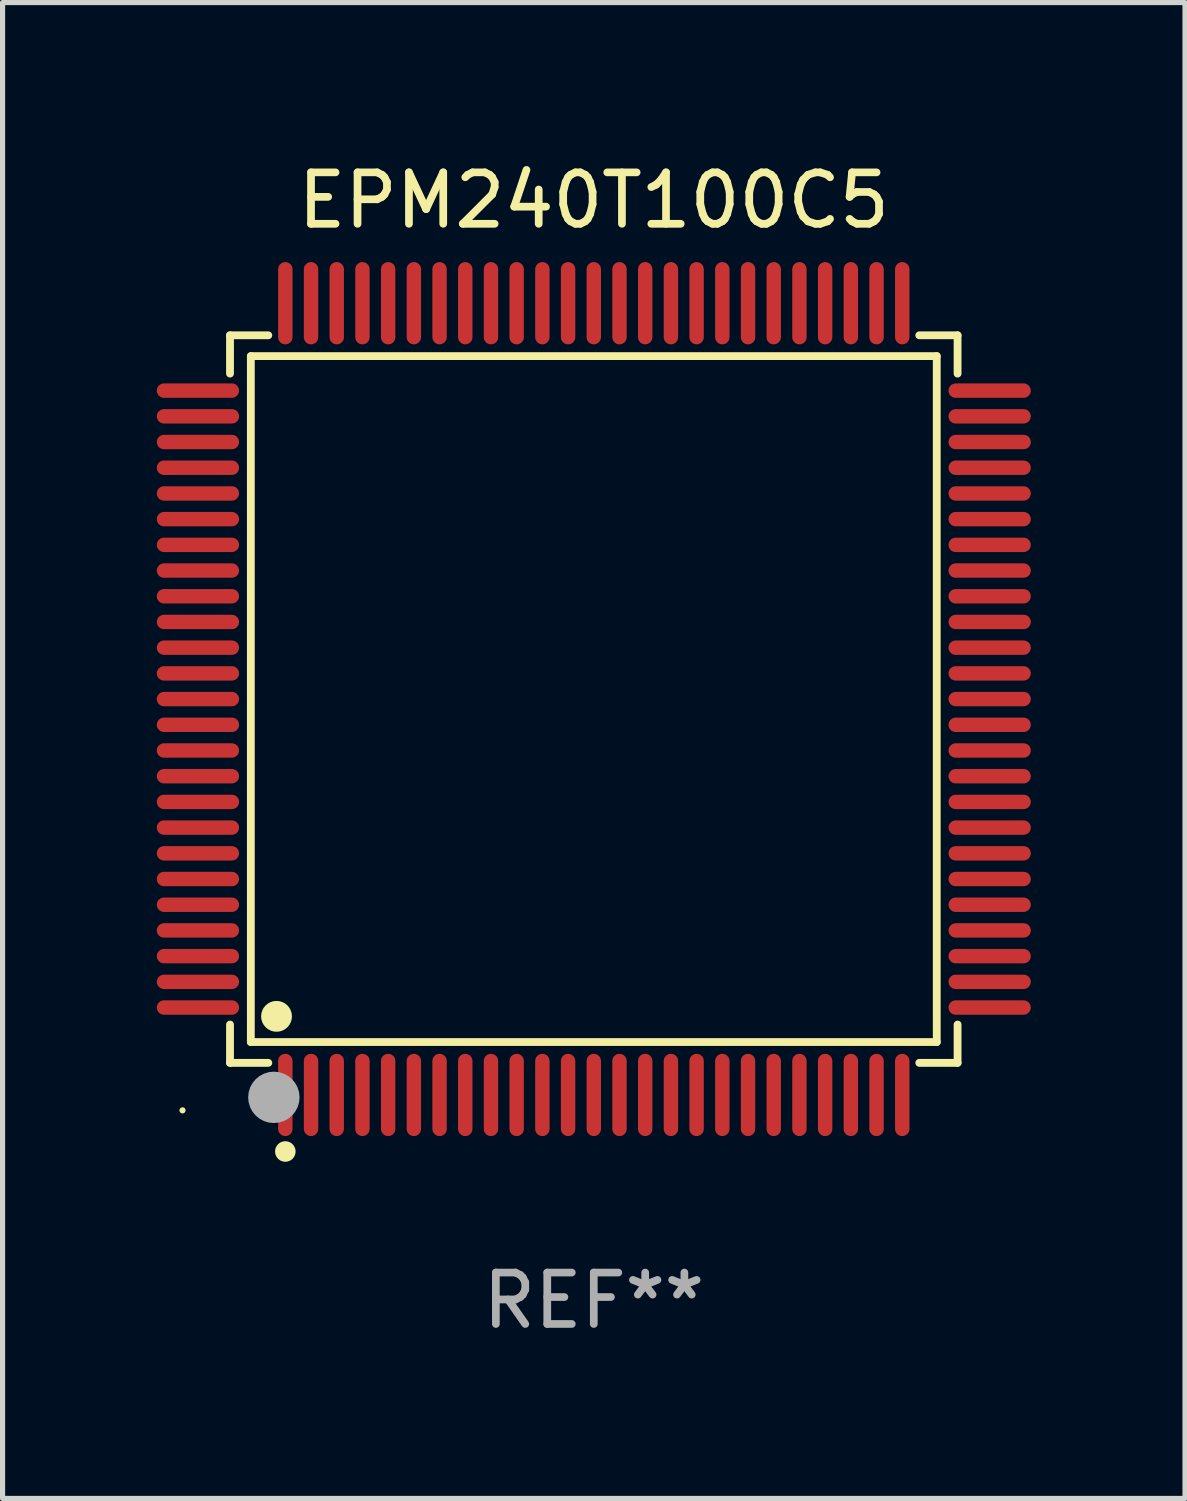
<source format=kicad_pcb>
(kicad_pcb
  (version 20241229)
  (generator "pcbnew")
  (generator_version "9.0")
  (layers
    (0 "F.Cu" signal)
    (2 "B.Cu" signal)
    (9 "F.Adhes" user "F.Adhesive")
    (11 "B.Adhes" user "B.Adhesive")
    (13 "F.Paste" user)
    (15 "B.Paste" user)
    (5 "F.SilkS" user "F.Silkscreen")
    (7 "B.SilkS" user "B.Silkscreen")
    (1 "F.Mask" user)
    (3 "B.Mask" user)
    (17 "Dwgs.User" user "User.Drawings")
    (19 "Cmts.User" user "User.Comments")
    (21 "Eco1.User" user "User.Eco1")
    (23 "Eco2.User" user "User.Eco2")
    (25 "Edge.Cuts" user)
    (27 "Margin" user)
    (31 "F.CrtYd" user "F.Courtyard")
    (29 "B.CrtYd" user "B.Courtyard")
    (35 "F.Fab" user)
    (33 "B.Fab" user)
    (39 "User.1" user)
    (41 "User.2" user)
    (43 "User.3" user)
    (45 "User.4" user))
  (footprint "EPM240T100C5"
    (layer "F.Cu")
    (at 8.5 10.548)
    (property "Reference" "EPM240T100C5" (at 0 -9.7 0) (layer "F.SilkS") (effects (font (size 1 1) (thickness 0.15))))
    (attr through_hole)
    (fp_line (start -7.076 -7.076) (end -6.331 -7.076) (stroke (width 0.152) (type solid)) (layer "F.SilkS"))
    (fp_line (start -7.076 -6.331) (end -7.076 -7.076) (stroke (width 0.152) (type solid)) (layer "F.SilkS"))
    (fp_line (start -7.076 6.331) (end -7.076 7.076) (stroke (width 0.152) (type solid)) (layer "F.SilkS"))
    (fp_line (start -7.076 7.076) (end -6.331 7.076) (stroke (width 0.152) (type solid)) (layer "F.SilkS"))
    (fp_line (start -6.671 -6.671) (end 6.671 -6.671) (stroke (width 0.152) (type solid)) (layer "F.SilkS"))
    (fp_line (start -6.671 6.671) (end -6.671 -6.671) (stroke (width 0.152) (type solid)) (layer "F.SilkS"))
    (fp_line (start 6.671 -6.671) (end 6.671 6.671) (stroke (width 0.152) (type solid)) (layer "F.SilkS"))
    (fp_line (start 6.671 6.671) (end -6.671 6.671) (stroke (width 0.152) (type solid)) (layer "F.SilkS"))
    (fp_line (start 7.076 -7.076) (end 6.331 -7.076) (stroke (width 0.152) (type solid)) (layer "F.SilkS"))
    (fp_line (start 7.076 -6.331) (end 7.076 -7.076) (stroke (width 0.152) (type solid)) (layer "F.SilkS"))
    (fp_line (start 7.076 6.331) (end 7.076 7.076) (stroke (width 0.152) (type solid)) (layer "F.SilkS"))
    (fp_line (start 7.076 7.076) (end 6.331 7.076) (stroke (width 0.152) (type solid)) (layer "F.SilkS"))
    (fp_circle (center -8 8) (end -7.97 8) (stroke (width 0.06) (type solid)) (fill no) (layer "F.SilkS"))
    (fp_circle (center -6.171 6.171) (end -6.021 6.171) (stroke (width 0.3) (type solid)) (fill no) (layer "F.SilkS"))
    (fp_circle (center -6 8.8) (end -5.9 8.8) (stroke (width 0.2) (type solid)) (fill no) (layer "F.SilkS"))
    (fp_circle (center -6.223 7.747) (end -5.973 7.747) (stroke (width 0.5) (type solid)) (fill no) (layer "F.Fab"))
    (fp_text user "REF**" (at 0 11.7 0) (layer "F.Fab") (effects (font (size 1 1) (thickness 0.15))))
    (pad "1" smd oval (at -6 7.7) (size 0.28 1.6) (layers "F.Cu" "F.Mask" "F.Paste"))
    (pad "2" smd oval (at -5.5 7.7) (size 0.28 1.6) (layers "F.Cu" "F.Mask" "F.Paste"))
    (pad "3" smd oval (at -5 7.7) (size 0.28 1.6) (layers "F.Cu" "F.Mask" "F.Paste"))
    (pad "4" smd oval (at -4.5 7.7) (size 0.28 1.6) (layers "F.Cu" "F.Mask" "F.Paste"))
    (pad "5" smd oval (at -4 7.7) (size 0.28 1.6) (layers "F.Cu" "F.Mask" "F.Paste"))
    (pad "6" smd oval (at -3.5 7.7) (size 0.28 1.6) (layers "F.Cu" "F.Mask" "F.Paste"))
    (pad "7" smd oval (at -3 7.7) (size 0.28 1.6) (layers "F.Cu" "F.Mask" "F.Paste"))
    (pad "8" smd oval (at -2.5 7.7) (size 0.28 1.6) (layers "F.Cu" "F.Mask" "F.Paste"))
    (pad "9" smd oval (at -2 7.7) (size 0.28 1.6) (layers "F.Cu" "F.Mask" "F.Paste"))
    (pad "10" smd oval (at -1.5 7.7) (size 0.28 1.6) (layers "F.Cu" "F.Mask" "F.Paste"))
    (pad "11" smd oval (at -1 7.7) (size 0.28 1.6) (layers "F.Cu" "F.Mask" "F.Paste"))
    (pad "12" smd oval (at -0.5 7.7) (size 0.28 1.6) (layers "F.Cu" "F.Mask" "F.Paste"))
    (pad "13" smd oval (at 0 7.7) (size 0.28 1.6) (layers "F.Cu" "F.Mask" "F.Paste"))
    (pad "14" smd oval (at 0.5 7.7) (size 0.28 1.6) (layers "F.Cu" "F.Mask" "F.Paste"))
    (pad "15" smd oval (at 1 7.7) (size 0.28 1.6) (layers "F.Cu" "F.Mask" "F.Paste"))
    (pad "16" smd oval (at 1.5 7.7) (size 0.28 1.6) (layers "F.Cu" "F.Mask" "F.Paste"))
    (pad "17" smd oval (at 2 7.7) (size 0.28 1.6) (layers "F.Cu" "F.Mask" "F.Paste"))
    (pad "18" smd oval (at 2.5 7.7) (size 0.28 1.6) (layers "F.Cu" "F.Mask" "F.Paste"))
    (pad "19" smd oval (at 3 7.7) (size 0.28 1.6) (layers "F.Cu" "F.Mask" "F.Paste"))
    (pad "20" smd oval (at 3.5 7.7) (size 0.28 1.6) (layers "F.Cu" "F.Mask" "F.Paste"))
    (pad "21" smd oval (at 4 7.7) (size 0.28 1.6) (layers "F.Cu" "F.Mask" "F.Paste"))
    (pad "22" smd oval (at 4.5 7.7) (size 0.28 1.6) (layers "F.Cu" "F.Mask" "F.Paste"))
    (pad "23" smd oval (at 5 7.7) (size 0.28 1.6) (layers "F.Cu" "F.Mask" "F.Paste"))
    (pad "24" smd oval (at 5.5 7.7) (size 0.28 1.6) (layers "F.Cu" "F.Mask" "F.Paste"))
    (pad "25" smd oval (at 6 7.7) (size 0.28 1.6) (layers "F.Cu" "F.Mask" "F.Paste"))
    (pad "26" smd oval (at 7.7 6) (size 1.6 0.28) (layers "F.Cu" "F.Mask" "F.Paste"))
    (pad "27" smd oval (at 7.7 5.5) (size 1.6 0.28) (layers "F.Cu" "F.Mask" "F.Paste"))
    (pad "28" smd oval (at 7.7 5) (size 1.6 0.28) (layers "F.Cu" "F.Mask" "F.Paste"))
    (pad "29" smd oval (at 7.7 4.5) (size 1.6 0.28) (layers "F.Cu" "F.Mask" "F.Paste"))
    (pad "30" smd oval (at 7.7 4) (size 1.6 0.28) (layers "F.Cu" "F.Mask" "F.Paste"))
    (pad "31" smd oval (at 7.7 3.5) (size 1.6 0.28) (layers "F.Cu" "F.Mask" "F.Paste"))
    (pad "32" smd oval (at 7.7 3) (size 1.6 0.28) (layers "F.Cu" "F.Mask" "F.Paste"))
    (pad "33" smd oval (at 7.7 2.5) (size 1.6 0.28) (layers "F.Cu" "F.Mask" "F.Paste"))
    (pad "34" smd oval (at 7.7 2) (size 1.6 0.28) (layers "F.Cu" "F.Mask" "F.Paste"))
    (pad "35" smd oval (at 7.7 1.5) (size 1.6 0.28) (layers "F.Cu" "F.Mask" "F.Paste"))
    (pad "36" smd oval (at 7.7 1) (size 1.6 0.28) (layers "F.Cu" "F.Mask" "F.Paste"))
    (pad "37" smd oval (at 7.7 0.5) (size 1.6 0.28) (layers "F.Cu" "F.Mask" "F.Paste"))
    (pad "38" smd oval (at 7.7 0) (size 1.6 0.28) (layers "F.Cu" "F.Mask" "F.Paste"))
    (pad "39" smd oval (at 7.7 -0.5) (size 1.6 0.28) (layers "F.Cu" "F.Mask" "F.Paste"))
    (pad "40" smd oval (at 7.7 -1) (size 1.6 0.28) (layers "F.Cu" "F.Mask" "F.Paste"))
    (pad "41" smd oval (at 7.7 -1.5) (size 1.6 0.28) (layers "F.Cu" "F.Mask" "F.Paste"))
    (pad "42" smd oval (at 7.7 -2) (size 1.6 0.28) (layers "F.Cu" "F.Mask" "F.Paste"))
    (pad "43" smd oval (at 7.7 -2.5) (size 1.6 0.28) (layers "F.Cu" "F.Mask" "F.Paste"))
    (pad "44" smd oval (at 7.7 -3) (size 1.6 0.28) (layers "F.Cu" "F.Mask" "F.Paste"))
    (pad "45" smd oval (at 7.7 -3.5) (size 1.6 0.28) (layers "F.Cu" "F.Mask" "F.Paste"))
    (pad "46" smd oval (at 7.7 -4) (size 1.6 0.28) (layers "F.Cu" "F.Mask" "F.Paste"))
    (pad "47" smd oval (at 7.7 -4.5) (size 1.6 0.28) (layers "F.Cu" "F.Mask" "F.Paste"))
    (pad "48" smd oval (at 7.7 -5) (size 1.6 0.28) (layers "F.Cu" "F.Mask" "F.Paste"))
    (pad "49" smd oval (at 7.7 -5.5) (size 1.6 0.28) (layers "F.Cu" "F.Mask" "F.Paste"))
    (pad "50" smd oval (at 7.7 -6) (size 1.6 0.28) (layers "F.Cu" "F.Mask" "F.Paste"))
    (pad "51" smd oval (at 6 -7.7) (size 0.28 1.6) (layers "F.Cu" "F.Mask" "F.Paste"))
    (pad "52" smd oval (at 5.5 -7.7) (size 0.28 1.6) (layers "F.Cu" "F.Mask" "F.Paste"))
    (pad "53" smd oval (at 5 -7.7) (size 0.28 1.6) (layers "F.Cu" "F.Mask" "F.Paste"))
    (pad "54" smd oval (at 4.5 -7.7) (size 0.28 1.6) (layers "F.Cu" "F.Mask" "F.Paste"))
    (pad "55" smd oval (at 4 -7.7) (size 0.28 1.6) (layers "F.Cu" "F.Mask" "F.Paste"))
    (pad "56" smd oval (at 3.5 -7.7) (size 0.28 1.6) (layers "F.Cu" "F.Mask" "F.Paste"))
    (pad "57" smd oval (at 3 -7.7) (size 0.28 1.6) (layers "F.Cu" "F.Mask" "F.Paste"))
    (pad "58" smd oval (at 2.5 -7.7) (size 0.28 1.6) (layers "F.Cu" "F.Mask" "F.Paste"))
    (pad "59" smd oval (at 2 -7.7) (size 0.28 1.6) (layers "F.Cu" "F.Mask" "F.Paste"))
    (pad "60" smd oval (at 1.5 -7.7) (size 0.28 1.6) (layers "F.Cu" "F.Mask" "F.Paste"))
    (pad "61" smd oval (at 1 -7.7) (size 0.28 1.6) (layers "F.Cu" "F.Mask" "F.Paste"))
    (pad "62" smd oval (at 0.5 -7.7) (size 0.28 1.6) (layers "F.Cu" "F.Mask" "F.Paste"))
    (pad "63" smd oval (at 0 -7.7) (size 0.28 1.6) (layers "F.Cu" "F.Mask" "F.Paste"))
    (pad "64" smd oval (at -0.5 -7.7) (size 0.28 1.6) (layers "F.Cu" "F.Mask" "F.Paste"))
    (pad "65" smd oval (at -1 -7.7) (size 0.28 1.6) (layers "F.Cu" "F.Mask" "F.Paste"))
    (pad "66" smd oval (at -1.5 -7.7) (size 0.28 1.6) (layers "F.Cu" "F.Mask" "F.Paste"))
    (pad "67" smd oval (at -2 -7.7) (size 0.28 1.6) (layers "F.Cu" "F.Mask" "F.Paste"))
    (pad "68" smd oval (at -2.5 -7.7) (size 0.28 1.6) (layers "F.Cu" "F.Mask" "F.Paste"))
    (pad "69" smd oval (at -3 -7.7) (size 0.28 1.6) (layers "F.Cu" "F.Mask" "F.Paste"))
    (pad "70" smd oval (at -3.5 -7.7) (size 0.28 1.6) (layers "F.Cu" "F.Mask" "F.Paste"))
    (pad "71" smd oval (at -4 -7.7) (size 0.28 1.6) (layers "F.Cu" "F.Mask" "F.Paste"))
    (pad "72" smd oval (at -4.5 -7.7) (size 0.28 1.6) (layers "F.Cu" "F.Mask" "F.Paste"))
    (pad "73" smd oval (at -5 -7.7) (size 0.28 1.6) (layers "F.Cu" "F.Mask" "F.Paste"))
    (pad "74" smd oval (at -5.5 -7.7) (size 0.28 1.6) (layers "F.Cu" "F.Mask" "F.Paste"))
    (pad "75" smd oval (at -6 -7.7) (size 0.28 1.6) (layers "F.Cu" "F.Mask" "F.Paste"))
    (pad "76" smd oval (at -7.7 -6) (size 1.6 0.28) (layers "F.Cu" "F.Mask" "F.Paste"))
    (pad "77" smd oval (at -7.7 -5.5) (size 1.6 0.28) (layers "F.Cu" "F.Mask" "F.Paste"))
    (pad "78" smd oval (at -7.7 -5) (size 1.6 0.28) (layers "F.Cu" "F.Mask" "F.Paste"))
    (pad "79" smd oval (at -7.7 -4.5) (size 1.6 0.28) (layers "F.Cu" "F.Mask" "F.Paste"))
    (pad "80" smd oval (at -7.7 -4) (size 1.6 0.28) (layers "F.Cu" "F.Mask" "F.Paste"))
    (pad "81" smd oval (at -7.7 -3.5) (size 1.6 0.28) (layers "F.Cu" "F.Mask" "F.Paste"))
    (pad "82" smd oval (at -7.7 -3) (size 1.6 0.28) (layers "F.Cu" "F.Mask" "F.Paste"))
    (pad "83" smd oval (at -7.7 -2.5) (size 1.6 0.28) (layers "F.Cu" "F.Mask" "F.Paste"))
    (pad "84" smd oval (at -7.7 -2) (size 1.6 0.28) (layers "F.Cu" "F.Mask" "F.Paste"))
    (pad "85" smd oval (at -7.7 -1.5) (size 1.6 0.28) (layers "F.Cu" "F.Mask" "F.Paste"))
    (pad "86" smd oval (at -7.7 -1) (size 1.6 0.28) (layers "F.Cu" "F.Mask" "F.Paste"))
    (pad "87" smd oval (at -7.7 -0.5) (size 1.6 0.28) (layers "F.Cu" "F.Mask" "F.Paste"))
    (pad "88" smd oval (at -7.7 0) (size 1.6 0.28) (layers "F.Cu" "F.Mask" "F.Paste"))
    (pad "89" smd oval (at -7.7 0.5) (size 1.6 0.28) (layers "F.Cu" "F.Mask" "F.Paste"))
    (pad "90" smd oval (at -7.7 1) (size 1.6 0.28) (layers "F.Cu" "F.Mask" "F.Paste"))
    (pad "91" smd oval (at -7.7 1.5) (size 1.6 0.28) (layers "F.Cu" "F.Mask" "F.Paste"))
    (pad "92" smd oval (at -7.7 2) (size 1.6 0.28) (layers "F.Cu" "F.Mask" "F.Paste"))
    (pad "93" smd oval (at -7.7 2.5) (size 1.6 0.28) (layers "F.Cu" "F.Mask" "F.Paste"))
    (pad "94" smd oval (at -7.7 3) (size 1.6 0.28) (layers "F.Cu" "F.Mask" "F.Paste"))
    (pad "95" smd oval (at -7.7 3.5) (size 1.6 0.28) (layers "F.Cu" "F.Mask" "F.Paste"))
    (pad "96" smd oval (at -7.7 4) (size 1.6 0.28) (layers "F.Cu" "F.Mask" "F.Paste"))
    (pad "97" smd oval (at -7.7 4.5) (size 1.6 0.28) (layers "F.Cu" "F.Mask" "F.Paste"))
    (pad "98" smd oval (at -7.7 5) (size 1.6 0.28) (layers "F.Cu" "F.Mask" "F.Paste"))
    (pad "99" smd oval (at -7.7 5.5) (size 1.6 0.28) (layers "F.Cu" "F.Mask" "F.Paste"))
    (pad "100" smd oval (at -7.7 6) (size 1.6 0.28) (layers "F.Cu" "F.Mask" "F.Paste")))
  (gr_rect
    (start -3 -3)
    (end 20 26.097)
    (stroke (width 0.1) (type default))
    (fill no)
    (layer "Edge.Cuts")))
</source>
